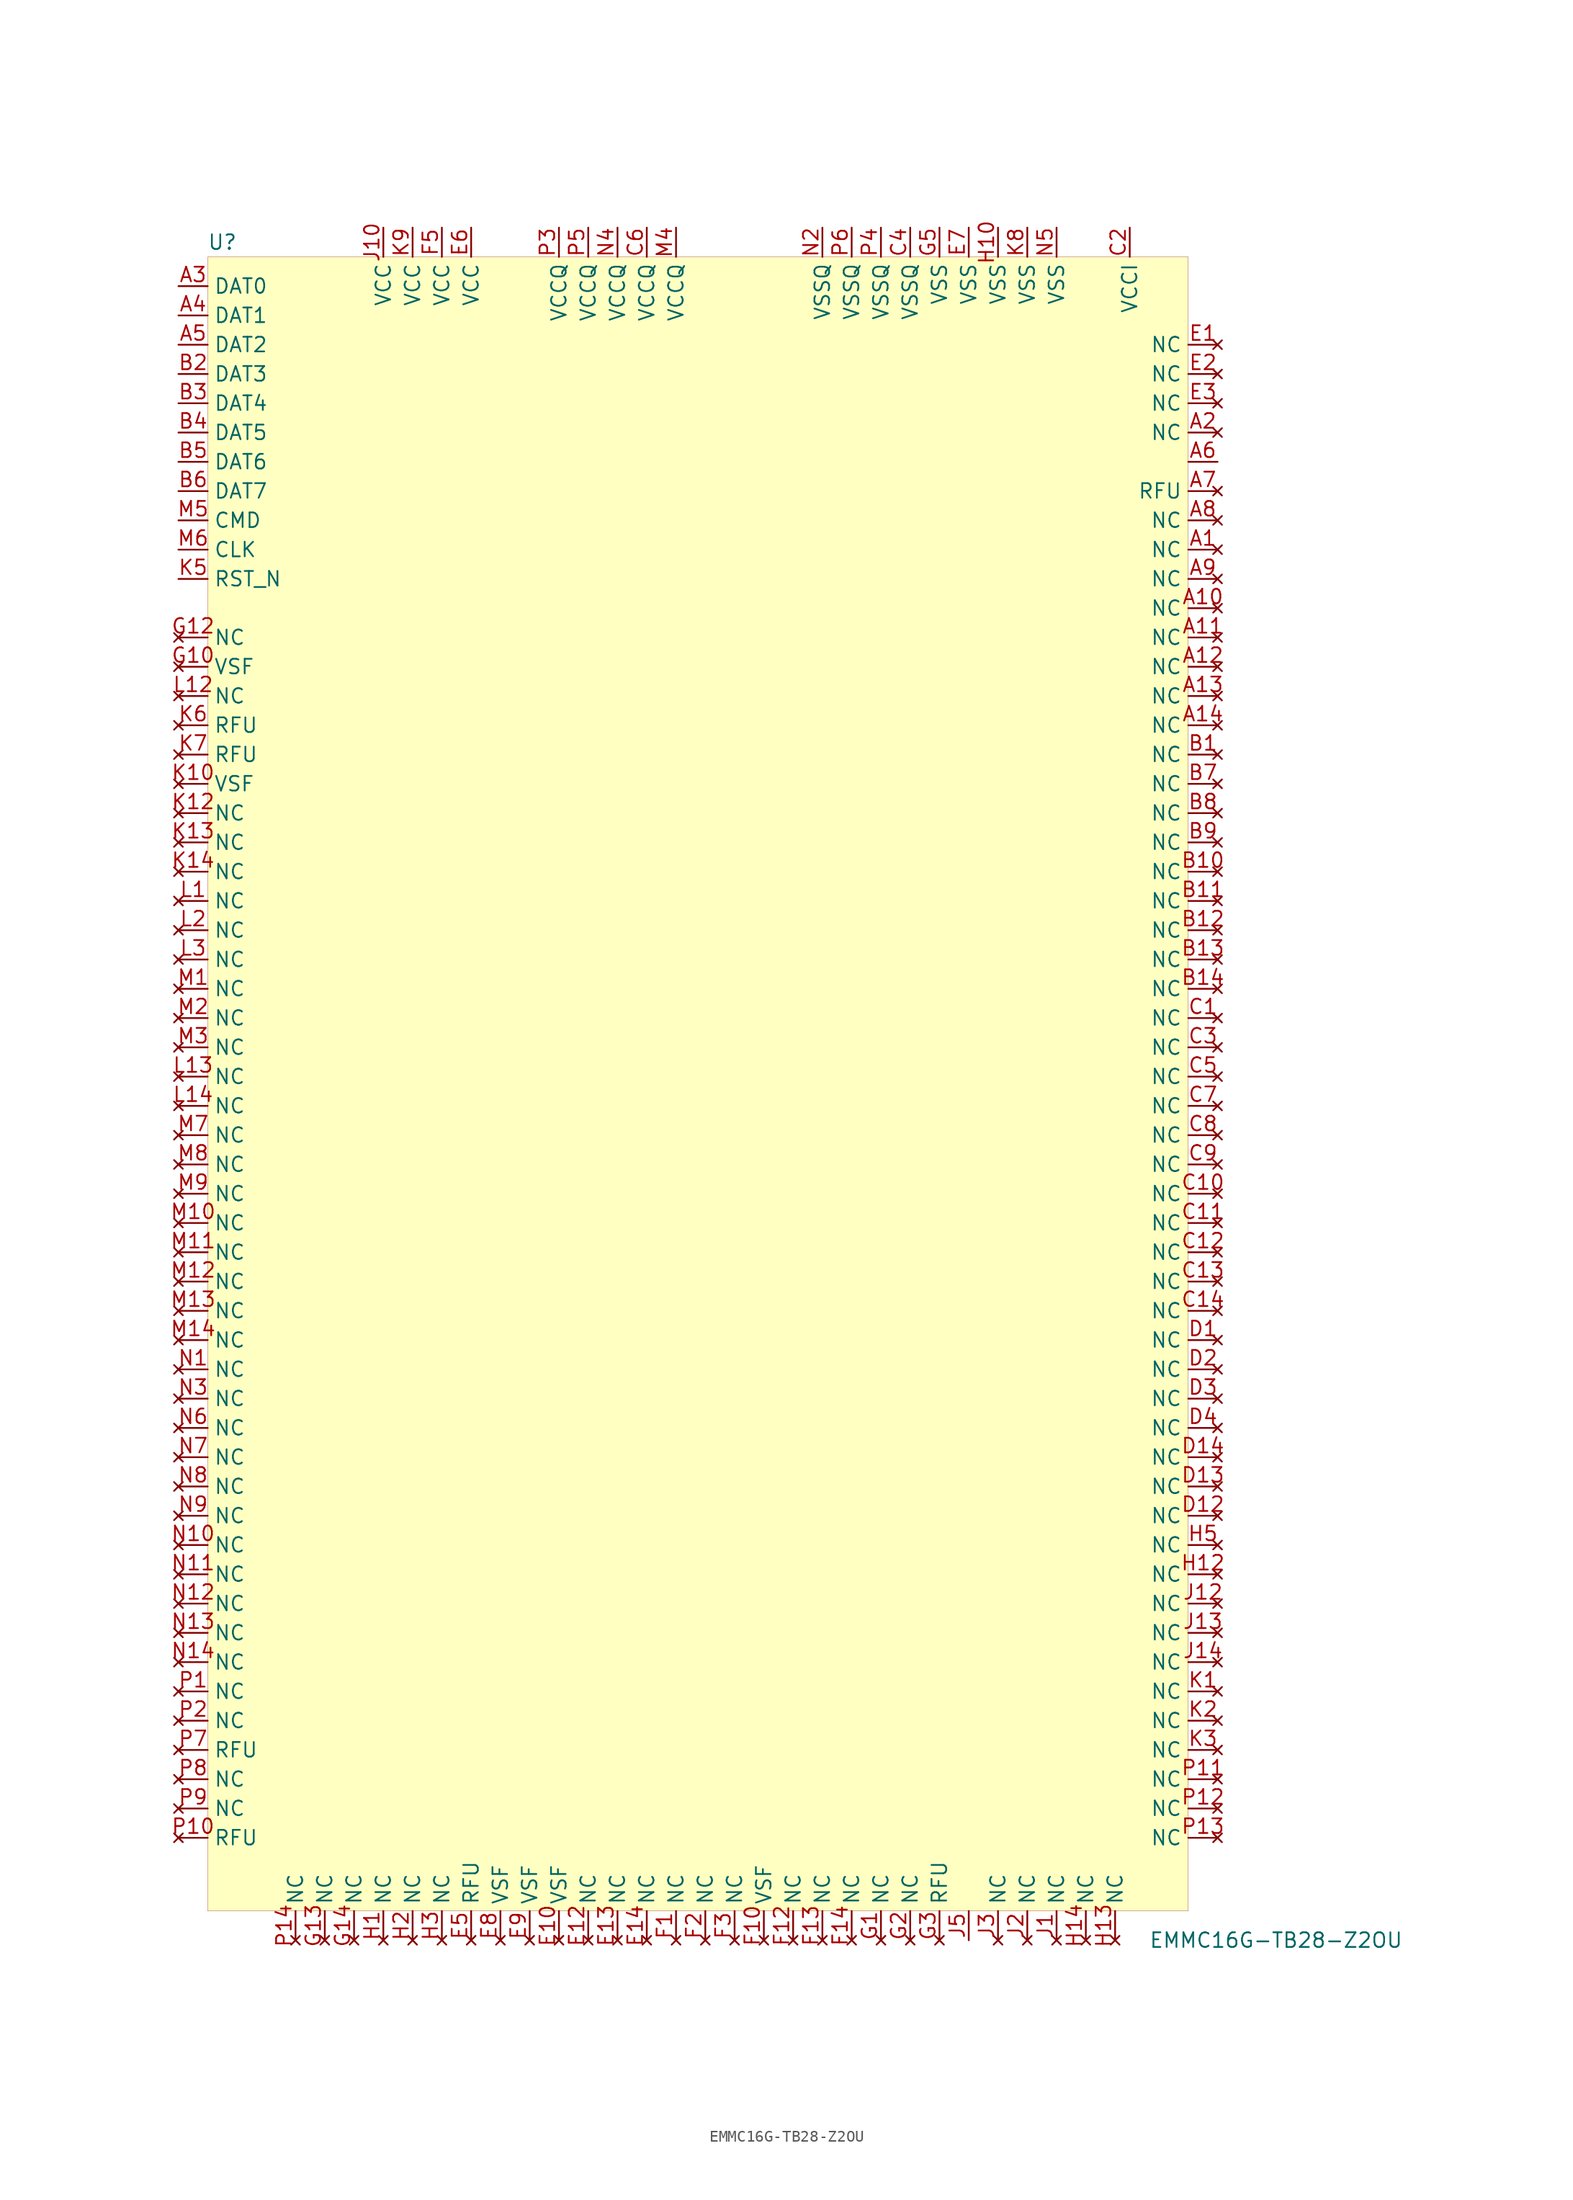
<source format=kicad_sym>
(kicad_symbol_lib
  (version 20201005)
  (generator kicad_symbol_editor)
  (symbol "beaglebone-ai:EMMC16G-TB28-Z2OU"
    (property "Reference" "U"
      (at -39.37 53.34 0)
      (effects (font (size 1.27 1.27))))
    (property "Value" "EMMC16G-TB28-Z2OU"
      (at 52.07 -93.98 0)
      (effects (font (size 1.27 1.27))))
    (symbol "EMMC16G-TB28-Z2OU_0_0"
      (pin no_connect line (at 46.99 26.67 180) (length 2.54) (name "NC" (effects (font (size 1.27 1.27)))) (number "A1" (effects (font (size 1.27 1.27)))))
      (pin no_connect line (at 46.99 36.83 180) (length 2.54) (name "NC" (effects (font (size 1.27 1.27)))) (number "A2" (effects (font (size 1.27 1.27)))))
      (pin bidirectional line (at -43.18 49.53 0) (length 2.54) (name "DAT0" (effects (font (size 1.27 1.27)))) (number "A3" (effects (font (size 1.27 1.27)))))
      (pin bidirectional line (at -43.18 46.99 0) (length 2.54) (name "DAT1" (effects (font (size 1.27 1.27)))) (number "A4" (effects (font (size 1.27 1.27)))))
      (pin bidirectional line (at -43.18 44.45 0) (length 2.54) (name "DAT2" (effects (font (size 1.27 1.27)))) (number "A5" (effects (font (size 1.27 1.27)))))
      (pin input line (at 46.99 34.29 180) (length 2.54) (name "~" (effects (font (size 1.27 1.27)))) (number "A6" (effects (font (size 1.27 1.27)))))
      (pin no_connect line (at 46.99 31.75 180) (length 2.54) (name "RFU" (effects (font (size 1.27 1.27)))) (number "A7" (effects (font (size 1.27 1.27)))))
      (pin no_connect line (at 46.99 29.21 180) (length 2.54) (name "NC" (effects (font (size 1.27 1.27)))) (number "A8" (effects (font (size 1.27 1.27)))))
      (pin no_connect line (at 46.99 24.13 180) (length 2.54) (name "NC" (effects (font (size 1.27 1.27)))) (number "A9" (effects (font (size 1.27 1.27)))))
      (pin no_connect line (at 46.99 21.59 180) (length 2.54) (name "NC" (effects (font (size 1.27 1.27)))) (number "A10" (effects (font (size 1.27 1.27)))))
      (pin no_connect line (at 46.99 19.05 180) (length 2.54) (name "NC" (effects (font (size 1.27 1.27)))) (number "A11" (effects (font (size 1.27 1.27)))))
      (pin no_connect line (at 46.99 16.51 180) (length 2.54) (name "NC" (effects (font (size 1.27 1.27)))) (number "A12" (effects (font (size 1.27 1.27)))))
      (pin no_connect line (at 46.99 13.97 180) (length 2.54) (name "NC" (effects (font (size 1.27 1.27)))) (number "A13" (effects (font (size 1.27 1.27)))))
      (pin no_connect line (at 46.99 11.43 180) (length 2.54) (name "NC" (effects (font (size 1.27 1.27)))) (number "A14" (effects (font (size 1.27 1.27)))))
      (pin no_connect line (at 46.99 8.89 180) (length 2.54) (name "NC" (effects (font (size 1.27 1.27)))) (number "B1" (effects (font (size 1.27 1.27)))))
      (pin bidirectional line (at -43.18 41.91 0) (length 2.54) (name "DAT3" (effects (font (size 1.27 1.27)))) (number "B2" (effects (font (size 1.27 1.27)))))
      (pin bidirectional line (at -43.18 39.37 0) (length 2.54) (name "DAT4" (effects (font (size 1.27 1.27)))) (number "B3" (effects (font (size 1.27 1.27)))))
      (pin bidirectional line (at -43.18 36.83 0) (length 2.54) (name "DAT5" (effects (font (size 1.27 1.27)))) (number "B4" (effects (font (size 1.27 1.27)))))
      (pin bidirectional line (at -43.18 34.29 0) (length 2.54) (name "DAT6" (effects (font (size 1.27 1.27)))) (number "B5" (effects (font (size 1.27 1.27)))))
      (pin bidirectional line (at -43.18 31.75 0) (length 2.54) (name "DAT7" (effects (font (size 1.27 1.27)))) (number "B6" (effects (font (size 1.27 1.27)))))
      (pin no_connect line (at 46.99 6.35 180) (length 2.54) (name "NC" (effects (font (size 1.27 1.27)))) (number "B7" (effects (font (size 1.27 1.27)))))
      (pin no_connect line (at 46.99 3.81 180) (length 2.54) (name "NC" (effects (font (size 1.27 1.27)))) (number "B8" (effects (font (size 1.27 1.27)))))
      (pin no_connect line (at 46.99 1.27 180) (length 2.54) (name "NC" (effects (font (size 1.27 1.27)))) (number "B9" (effects (font (size 1.27 1.27)))))
      (pin no_connect line (at 46.99 -1.27 180) (length 2.54) (name "NC" (effects (font (size 1.27 1.27)))) (number "B10" (effects (font (size 1.27 1.27)))))
      (pin no_connect line (at 46.99 -3.81 180) (length 2.54) (name "NC" (effects (font (size 1.27 1.27)))) (number "B11" (effects (font (size 1.27 1.27)))))
      (pin no_connect line (at 46.99 -6.35 180) (length 2.54) (name "NC" (effects (font (size 1.27 1.27)))) (number "B12" (effects (font (size 1.27 1.27)))))
      (pin no_connect line (at 46.99 -8.89 180) (length 2.54) (name "NC" (effects (font (size 1.27 1.27)))) (number "B13" (effects (font (size 1.27 1.27)))))
      (pin no_connect line (at 46.99 -11.43 180) (length 2.54) (name "NC" (effects (font (size 1.27 1.27)))) (number "B14" (effects (font (size 1.27 1.27)))))
      (pin no_connect line (at 46.99 -13.97 180) (length 2.54) (name "NC" (effects (font (size 1.27 1.27)))) (number "C1" (effects (font (size 1.27 1.27)))))
      (pin power_out line (at 39.37 54.61 270) (length 2.54) (name "VCCI" (effects (font (size 1.27 1.27)))) (number "C2" (effects (font (size 1.27 1.27)))))
      (pin no_connect line (at 46.99 -16.51 180) (length 2.54) (name "NC" (effects (font (size 1.27 1.27)))) (number "C3" (effects (font (size 1.27 1.27)))))
      (pin power_in line (at 20.32 54.61 270) (length 2.54) (name "VSSQ" (effects (font (size 1.27 1.27)))) (number "C4" (effects (font (size 1.27 1.27)))))
      (pin no_connect line (at 46.99 -19.05 180) (length 2.54) (name "NC" (effects (font (size 1.27 1.27)))) (number "C5" (effects (font (size 1.27 1.27)))))
      (pin power_in line (at -2.54 54.61 270) (length 2.54) (name "VCCQ" (effects (font (size 1.27 1.27)))) (number "C6" (effects (font (size 1.27 1.27)))))
      (pin no_connect line (at 46.99 -21.59 180) (length 2.54) (name "NC" (effects (font (size 1.27 1.27)))) (number "C7" (effects (font (size 1.27 1.27)))))
      (pin no_connect line (at 46.99 -24.13 180) (length 2.54) (name "NC" (effects (font (size 1.27 1.27)))) (number "C8" (effects (font (size 1.27 1.27)))))
      (pin no_connect line (at 46.99 -26.67 180) (length 2.54) (name "NC" (effects (font (size 1.27 1.27)))) (number "C9" (effects (font (size 1.27 1.27)))))
      (pin no_connect line (at 46.99 -29.21 180) (length 2.54) (name "NC" (effects (font (size 1.27 1.27)))) (number "C10" (effects (font (size 1.27 1.27)))))
      (pin no_connect line (at 46.99 -31.75 180) (length 2.54) (name "NC" (effects (font (size 1.27 1.27)))) (number "C11" (effects (font (size 1.27 1.27)))))
      (pin no_connect line (at 46.99 -34.29 180) (length 2.54) (name "NC" (effects (font (size 1.27 1.27)))) (number "C12" (effects (font (size 1.27 1.27)))))
      (pin no_connect line (at 46.99 -36.83 180) (length 2.54) (name "NC" (effects (font (size 1.27 1.27)))) (number "C13" (effects (font (size 1.27 1.27)))))
      (pin no_connect line (at 46.99 -39.37 180) (length 2.54) (name "NC" (effects (font (size 1.27 1.27)))) (number "C14" (effects (font (size 1.27 1.27)))))
      (pin no_connect line (at 46.99 -41.91 180) (length 2.54) (name "NC" (effects (font (size 1.27 1.27)))) (number "D1" (effects (font (size 1.27 1.27)))))
      (pin no_connect line (at 46.99 -44.45 180) (length 2.54) (name "NC" (effects (font (size 1.27 1.27)))) (number "D2" (effects (font (size 1.27 1.27)))))
      (pin no_connect line (at 46.99 -46.99 180) (length 2.54) (name "NC" (effects (font (size 1.27 1.27)))) (number "D3" (effects (font (size 1.27 1.27)))))
      (pin no_connect line (at 46.99 -49.53 180) (length 2.54) (name "NC" (effects (font (size 1.27 1.27)))) (number "D4" (effects (font (size 1.27 1.27)))))
      (pin no_connect line (at 46.99 -57.15 180) (length 2.54) (name "NC" (effects (font (size 1.27 1.27)))) (number "D12" (effects (font (size 1.27 1.27)))))
      (pin no_connect line (at 46.99 -54.61 180) (length 2.54) (name "NC" (effects (font (size 1.27 1.27)))) (number "D13" (effects (font (size 1.27 1.27)))))
      (pin no_connect line (at 46.99 -52.07 180) (length 2.54) (name "NC" (effects (font (size 1.27 1.27)))) (number "D14" (effects (font (size 1.27 1.27)))))
      (pin no_connect line (at 46.99 44.45 180) (length 2.54) (name "NC" (effects (font (size 1.27 1.27)))) (number "E1" (effects (font (size 1.27 1.27)))))
      (pin no_connect line (at 46.99 41.91 180) (length 2.54) (name "NC" (effects (font (size 1.27 1.27)))) (number "E2" (effects (font (size 1.27 1.27)))))
      (pin no_connect line (at 46.99 39.37 180) (length 2.54) (name "NC" (effects (font (size 1.27 1.27)))) (number "E3" (effects (font (size 1.27 1.27)))))
      (pin no_connect line (at -17.78 -93.98 90) (length 2.54) (name "RFU" (effects (font (size 1.27 1.27)))) (number "E5" (effects (font (size 1.27 1.27)))))
      (pin power_in line (at -17.78 54.61 270) (length 2.54) (name "VCC" (effects (font (size 1.27 1.27)))) (number "E6" (effects (font (size 1.27 1.27)))))
      (pin power_in line (at 25.4 54.61 270) (length 2.54) (name "VSS" (effects (font (size 1.27 1.27)))) (number "E7" (effects (font (size 1.27 1.27)))))
      (pin no_connect line (at -15.24 -93.98 90) (length 2.54) (name "VSF" (effects (font (size 1.27 1.27)))) (number "E8" (effects (font (size 1.27 1.27)))))
      (pin no_connect line (at -12.7 -93.98 90) (length 2.54) (name "VSF" (effects (font (size 1.27 1.27)))) (number "E9" (effects (font (size 1.27 1.27)))))
      (pin no_connect line (at -10.16 -93.98 90) (length 2.54) (name "VSF" (effects (font (size 1.27 1.27)))) (number "E10" (effects (font (size 1.27 1.27)))))
      (pin no_connect line (at -7.62 -93.98 90) (length 2.54) (name "NC" (effects (font (size 1.27 1.27)))) (number "E12" (effects (font (size 1.27 1.27)))))
      (pin no_connect line (at -5.08 -93.98 90) (length 2.54) (name "NC" (effects (font (size 1.27 1.27)))) (number "E13" (effects (font (size 1.27 1.27)))))
      (pin no_connect line (at -2.54 -93.98 90) (length 2.54) (name "NC" (effects (font (size 1.27 1.27)))) (number "E14" (effects (font (size 1.27 1.27)))))
      (pin no_connect line (at 0 -93.98 90) (length 2.54) (name "NC" (effects (font (size 1.27 1.27)))) (number "F1" (effects (font (size 1.27 1.27)))))
      (pin no_connect line (at 2.54 -93.98 90) (length 2.54) (name "NC" (effects (font (size 1.27 1.27)))) (number "F2" (effects (font (size 1.27 1.27)))))
      (pin no_connect line (at 5.08 -93.98 90) (length 2.54) (name "NC" (effects (font (size 1.27 1.27)))) (number "F3" (effects (font (size 1.27 1.27)))))
      (pin power_in line (at -20.32 54.61 270) (length 2.54) (name "VCC" (effects (font (size 1.27 1.27)))) (number "F5" (effects (font (size 1.27 1.27)))))
      (pin no_connect line (at 7.62 -93.98 90) (length 2.54) (name "VSF" (effects (font (size 1.27 1.27)))) (number "F10" (effects (font (size 1.27 1.27)))))
      (pin no_connect line (at 10.16 -93.98 90) (length 2.54) (name "NC" (effects (font (size 1.27 1.27)))) (number "F12" (effects (font (size 1.27 1.27)))))
      (pin no_connect line (at 12.7 -93.98 90) (length 2.54) (name "NC" (effects (font (size 1.27 1.27)))) (number "F13" (effects (font (size 1.27 1.27)))))
      (pin no_connect line (at 15.24 -93.98 90) (length 2.54) (name "NC" (effects (font (size 1.27 1.27)))) (number "F14" (effects (font (size 1.27 1.27)))))
      (pin no_connect line (at 17.78 -93.98 90) (length 2.54) (name "NC" (effects (font (size 1.27 1.27)))) (number "G1" (effects (font (size 1.27 1.27)))))
      (pin no_connect line (at 20.32 -93.98 90) (length 2.54) (name "NC" (effects (font (size 1.27 1.27)))) (number "G2" (effects (font (size 1.27 1.27)))))
      (pin no_connect line (at 22.86 -93.98 90) (length 2.54) (name "RFU" (effects (font (size 1.27 1.27)))) (number "G3" (effects (font (size 1.27 1.27)))))
      (pin power_in line (at 22.86 54.61 270) (length 2.54) (name "VSS" (effects (font (size 1.27 1.27)))) (number "G5" (effects (font (size 1.27 1.27)))))
      (pin no_connect line (at -43.18 16.51 0) (length 2.54) (name "VSF" (effects (font (size 1.27 1.27)))) (number "G10" (effects (font (size 1.27 1.27)))))
      (pin no_connect line (at -43.18 19.05 0) (length 2.54) (name "NC" (effects (font (size 1.27 1.27)))) (number "G12" (effects (font (size 1.27 1.27)))))
      (pin no_connect line (at -30.48 -93.98 90) (length 2.54) (name "NC" (effects (font (size 1.27 1.27)))) (number "G13" (effects (font (size 1.27 1.27)))))
      (pin no_connect line (at -27.94 -93.98 90) (length 2.54) (name "NC" (effects (font (size 1.27 1.27)))) (number "G14" (effects (font (size 1.27 1.27)))))
      (pin no_connect line (at -25.4 -93.98 90) (length 2.54) (name "NC" (effects (font (size 1.27 1.27)))) (number "H1" (effects (font (size 1.27 1.27)))))
      (pin no_connect line (at -22.86 -93.98 90) (length 2.54) (name "NC" (effects (font (size 1.27 1.27)))) (number "H2" (effects (font (size 1.27 1.27)))))
      (pin no_connect line (at -20.32 -93.98 90) (length 2.54) (name "NC" (effects (font (size 1.27 1.27)))) (number "H3" (effects (font (size 1.27 1.27)))))
      (pin no_connect line (at 46.99 -59.69 180) (length 2.54) (name "NC" (effects (font (size 1.27 1.27)))) (number "H5" (effects (font (size 1.27 1.27)))))
      (pin power_in line (at 27.94 54.61 270) (length 2.54) (name "VSS" (effects (font (size 1.27 1.27)))) (number "H10" (effects (font (size 1.27 1.27)))))
      (pin no_connect line (at 46.99 -62.23 180) (length 2.54) (name "NC" (effects (font (size 1.27 1.27)))) (number "H12" (effects (font (size 1.27 1.27)))))
      (pin no_connect line (at 38.1 -93.98 90) (length 2.54) (name "NC" (effects (font (size 1.27 1.27)))) (number "H13" (effects (font (size 1.27 1.27)))))
      (pin no_connect line (at 35.56 -93.98 90) (length 2.54) (name "NC" (effects (font (size 1.27 1.27)))) (number "H14" (effects (font (size 1.27 1.27)))))
      (pin no_connect line (at 33.02 -93.98 90) (length 2.54) (name "NC" (effects (font (size 1.27 1.27)))) (number "J1" (effects (font (size 1.27 1.27)))))
      (pin no_connect line (at 30.48 -93.98 90) (length 2.54) (name "NC" (effects (font (size 1.27 1.27)))) (number "J2" (effects (font (size 1.27 1.27)))))
      (pin no_connect line (at 27.94 -93.98 90) (length 2.54) (name "NC" (effects (font (size 1.27 1.27)))) (number "J3" (effects (font (size 1.27 1.27)))))
      (pin input line (at 25.4 -93.98 90) (length 2.54) (name "~" (effects (font (size 1.27 1.27)))) (number "J5" (effects (font (size 1.27 1.27)))))
      (pin power_in line (at -25.4 54.61 270) (length 2.54) (name "VCC" (effects (font (size 1.27 1.27)))) (number "J10" (effects (font (size 1.27 1.27)))))
      (pin no_connect line (at 46.99 -64.77 180) (length 2.54) (name "NC" (effects (font (size 1.27 1.27)))) (number "J12" (effects (font (size 1.27 1.27)))))
      (pin no_connect line (at 46.99 -67.31 180) (length 2.54) (name "NC" (effects (font (size 1.27 1.27)))) (number "J13" (effects (font (size 1.27 1.27)))))
      (pin no_connect line (at 46.99 -69.85 180) (length 2.54) (name "NC" (effects (font (size 1.27 1.27)))) (number "J14" (effects (font (size 1.27 1.27)))))
      (pin no_connect line (at 46.99 -72.39 180) (length 2.54) (name "NC" (effects (font (size 1.27 1.27)))) (number "K1" (effects (font (size 1.27 1.27)))))
      (pin no_connect line (at 46.99 -74.93 180) (length 2.54) (name "NC" (effects (font (size 1.27 1.27)))) (number "K2" (effects (font (size 1.27 1.27)))))
      (pin no_connect line (at 46.99 -77.47 180) (length 2.54) (name "NC" (effects (font (size 1.27 1.27)))) (number "K3" (effects (font (size 1.27 1.27)))))
      (pin input line (at -43.18 24.13 0) (length 2.54) (name "RST_N" (effects (font (size 1.27 1.27)))) (number "K5" (effects (font (size 1.27 1.27)))))
      (pin no_connect line (at -43.18 11.43 0) (length 2.54) (name "RFU" (effects (font (size 1.27 1.27)))) (number "K6" (effects (font (size 1.27 1.27)))))
      (pin no_connect line (at -43.18 8.89 0) (length 2.54) (name "RFU" (effects (font (size 1.27 1.27)))) (number "K7" (effects (font (size 1.27 1.27)))))
      (pin power_in line (at 30.48 54.61 270) (length 2.54) (name "VSS" (effects (font (size 1.27 1.27)))) (number "K8" (effects (font (size 1.27 1.27)))))
      (pin power_in line (at -22.86 54.61 270) (length 2.54) (name "VCC" (effects (font (size 1.27 1.27)))) (number "K9" (effects (font (size 1.27 1.27)))))
      (pin no_connect line (at -43.18 6.35 0) (length 2.54) (name "VSF" (effects (font (size 1.27 1.27)))) (number "K10" (effects (font (size 1.27 1.27)))))
      (pin no_connect line (at -43.18 3.81 0) (length 2.54) (name "NC" (effects (font (size 1.27 1.27)))) (number "K12" (effects (font (size 1.27 1.27)))))
      (pin no_connect line (at -43.18 1.27 0) (length 2.54) (name "NC" (effects (font (size 1.27 1.27)))) (number "K13" (effects (font (size 1.27 1.27)))))
      (pin no_connect line (at -43.18 -1.27 0) (length 2.54) (name "NC" (effects (font (size 1.27 1.27)))) (number "K14" (effects (font (size 1.27 1.27)))))
      (pin no_connect line (at -43.18 -3.81 0) (length 2.54) (name "NC" (effects (font (size 1.27 1.27)))) (number "L1" (effects (font (size 1.27 1.27)))))
      (pin no_connect line (at -43.18 -6.35 0) (length 2.54) (name "NC" (effects (font (size 1.27 1.27)))) (number "L2" (effects (font (size 1.27 1.27)))))
      (pin no_connect line (at -43.18 -8.89 0) (length 2.54) (name "NC" (effects (font (size 1.27 1.27)))) (number "L3" (effects (font (size 1.27 1.27)))))
      (pin no_connect line (at -43.18 13.97 0) (length 2.54) (name "NC" (effects (font (size 1.27 1.27)))) (number "L12" (effects (font (size 1.27 1.27)))))
      (pin bidirectional line (at -43.18 29.21 0) (length 2.54) (name "CMD" (effects (font (size 1.27 1.27)))) (number "M5" (effects (font (size 1.27 1.27)))))
      (pin input line (at -43.18 26.67 0) (length 2.54) (name "CLK" (effects (font (size 1.27 1.27)))) (number "M6" (effects (font (size 1.27 1.27)))))
      (pin no_connect line (at -43.18 -11.43 0) (length 2.54) (name "NC" (effects (font (size 1.27 1.27)))) (number "M1" (effects (font (size 1.27 1.27)))))
      (pin no_connect line (at -43.18 -13.97 0) (length 2.54) (name "NC" (effects (font (size 1.27 1.27)))) (number "M2" (effects (font (size 1.27 1.27)))))
      (pin no_connect line (at -43.18 -16.51 0) (length 2.54) (name "NC" (effects (font (size 1.27 1.27)))) (number "M3" (effects (font (size 1.27 1.27)))))
      (pin power_in line (at 0 54.61 270) (length 2.54) (name "VCCQ" (effects (font (size 1.27 1.27)))) (number "M4" (effects (font (size 1.27 1.27)))))
      (pin no_connect line (at -43.18 -19.05 0) (length 2.54) (name "NC" (effects (font (size 1.27 1.27)))) (number "L13" (effects (font (size 1.27 1.27)))))
      (pin no_connect line (at -43.18 -21.59 0) (length 2.54) (name "NC" (effects (font (size 1.27 1.27)))) (number "L14" (effects (font (size 1.27 1.27)))))
      (pin no_connect line (at -43.18 -24.13 0) (length 2.54) (name "NC" (effects (font (size 1.27 1.27)))) (number "M7" (effects (font (size 1.27 1.27)))))
      (pin no_connect line (at -43.18 -26.67 0) (length 2.54) (name "NC" (effects (font (size 1.27 1.27)))) (number "M8" (effects (font (size 1.27 1.27)))))
      (pin no_connect line (at -43.18 -29.21 0) (length 2.54) (name "NC" (effects (font (size 1.27 1.27)))) (number "M9" (effects (font (size 1.27 1.27)))))
      (pin no_connect line (at -43.18 -31.75 0) (length 2.54) (name "NC" (effects (font (size 1.27 1.27)))) (number "M10" (effects (font (size 1.27 1.27)))))
      (pin no_connect line (at -43.18 -34.29 0) (length 2.54) (name "NC" (effects (font (size 1.27 1.27)))) (number "M11" (effects (font (size 1.27 1.27)))))
      (pin no_connect line (at -43.18 -36.83 0) (length 2.54) (name "NC" (effects (font (size 1.27 1.27)))) (number "M12" (effects (font (size 1.27 1.27)))))
      (pin no_connect line (at -43.18 -39.37 0) (length 2.54) (name "NC" (effects (font (size 1.27 1.27)))) (number "M13" (effects (font (size 1.27 1.27)))))
      (pin no_connect line (at -43.18 -41.91 0) (length 2.54) (name "NC" (effects (font (size 1.27 1.27)))) (number "M14" (effects (font (size 1.27 1.27)))))
      (pin no_connect line (at -43.18 -44.45 0) (length 2.54) (name "NC" (effects (font (size 1.27 1.27)))) (number "N1" (effects (font (size 1.27 1.27)))))
      (pin power_in line (at 12.7 54.61 270) (length 2.54) (name "VSSQ" (effects (font (size 1.27 1.27)))) (number "N2" (effects (font (size 1.27 1.27)))))
      (pin no_connect line (at -43.18 -46.99 0) (length 2.54) (name "NC" (effects (font (size 1.27 1.27)))) (number "N3" (effects (font (size 1.27 1.27)))))
      (pin power_in line (at -5.08 54.61 270) (length 2.54) (name "VCCQ" (effects (font (size 1.27 1.27)))) (number "N4" (effects (font (size 1.27 1.27)))))
      (pin power_in line (at 33.02 54.61 270) (length 2.54) (name "VSS" (effects (font (size 1.27 1.27)))) (number "N5" (effects (font (size 1.27 1.27)))))
      (pin no_connect line (at -43.18 -49.53 0) (length 2.54) (name "NC" (effects (font (size 1.27 1.27)))) (number "N6" (effects (font (size 1.27 1.27)))))
      (pin no_connect line (at -43.18 -52.07 0) (length 2.54) (name "NC" (effects (font (size 1.27 1.27)))) (number "N7" (effects (font (size 1.27 1.27)))))
      (pin no_connect line (at -43.18 -54.61 0) (length 2.54) (name "NC" (effects (font (size 1.27 1.27)))) (number "N8" (effects (font (size 1.27 1.27)))))
      (pin no_connect line (at -43.18 -57.15 0) (length 2.54) (name "NC" (effects (font (size 1.27 1.27)))) (number "N9" (effects (font (size 1.27 1.27)))))
      (pin no_connect line (at -43.18 -59.69 0) (length 2.54) (name "NC" (effects (font (size 1.27 1.27)))) (number "N10" (effects (font (size 1.27 1.27)))))
      (pin no_connect line (at -43.18 -62.23 0) (length 2.54) (name "NC" (effects (font (size 1.27 1.27)))) (number "N11" (effects (font (size 1.27 1.27)))))
      (pin no_connect line (at -43.18 -64.77 0) (length 2.54) (name "NC" (effects (font (size 1.27 1.27)))) (number "N12" (effects (font (size 1.27 1.27)))))
      (pin no_connect line (at -43.18 -67.31 0) (length 2.54) (name "NC" (effects (font (size 1.27 1.27)))) (number "N13" (effects (font (size 1.27 1.27)))))
      (pin no_connect line (at -43.18 -69.85 0) (length 2.54) (name "NC" (effects (font (size 1.27 1.27)))) (number "N14" (effects (font (size 1.27 1.27)))))
      (pin no_connect line (at -43.18 -72.39 0) (length 2.54) (name "NC" (effects (font (size 1.27 1.27)))) (number "P1" (effects (font (size 1.27 1.27)))))
      (pin no_connect line (at -43.18 -74.93 0) (length 2.54) (name "NC" (effects (font (size 1.27 1.27)))) (number "P2" (effects (font (size 1.27 1.27)))))
      (pin power_in line (at -10.16 54.61 270) (length 2.54) (name "VCCQ" (effects (font (size 1.27 1.27)))) (number "P3" (effects (font (size 1.27 1.27)))))
      (pin power_in line (at 17.78 54.61 270) (length 2.54) (name "VSSQ" (effects (font (size 1.27 1.27)))) (number "P4" (effects (font (size 1.27 1.27)))))
      (pin power_in line (at -7.62 54.61 270) (length 2.54) (name "VCCQ" (effects (font (size 1.27 1.27)))) (number "P5" (effects (font (size 1.27 1.27)))))
      (pin power_in line (at 15.24 54.61 270) (length 2.54) (name "VSSQ" (effects (font (size 1.27 1.27)))) (number "P6" (effects (font (size 1.27 1.27)))))
      (pin no_connect line (at -43.18 -77.47 0) (length 2.54) (name "RFU" (effects (font (size 1.27 1.27)))) (number "P7" (effects (font (size 1.27 1.27)))))
      (pin no_connect line (at -43.18 -80.01 0) (length 2.54) (name "NC" (effects (font (size 1.27 1.27)))) (number "P8" (effects (font (size 1.27 1.27)))))
      (pin no_connect line (at -43.18 -82.55 0) (length 2.54) (name "NC" (effects (font (size 1.27 1.27)))) (number "P9" (effects (font (size 1.27 1.27)))))
      (pin no_connect line (at -43.18 -85.09 0) (length 2.54) (name "RFU" (effects (font (size 1.27 1.27)))) (number "P10" (effects (font (size 1.27 1.27)))))
      (pin no_connect line (at 46.99 -80.01 180) (length 2.54) (name "NC" (effects (font (size 1.27 1.27)))) (number "P11" (effects (font (size 1.27 1.27)))))
      (pin no_connect line (at 46.99 -82.55 180) (length 2.54) (name "NC" (effects (font (size 1.27 1.27)))) (number "P12" (effects (font (size 1.27 1.27)))))
      (pin no_connect line (at 46.99 -85.09 180) (length 2.54) (name "NC" (effects (font (size 1.27 1.27)))) (number "P13" (effects (font (size 1.27 1.27)))))
      (pin no_connect line (at -33.02 -93.98 90) (length 2.54) (name "NC" (effects (font (size 1.27 1.27)))) (number "P14" (effects (font (size 1.27 1.27))))))
    (symbol "EMMC16G-TB28-Z2OU_0_1"
      (rectangle (start -40.64 52.07) (end 44.45 -91.44) (stroke (width 0.001)) (fill (type background))))))
</source>
